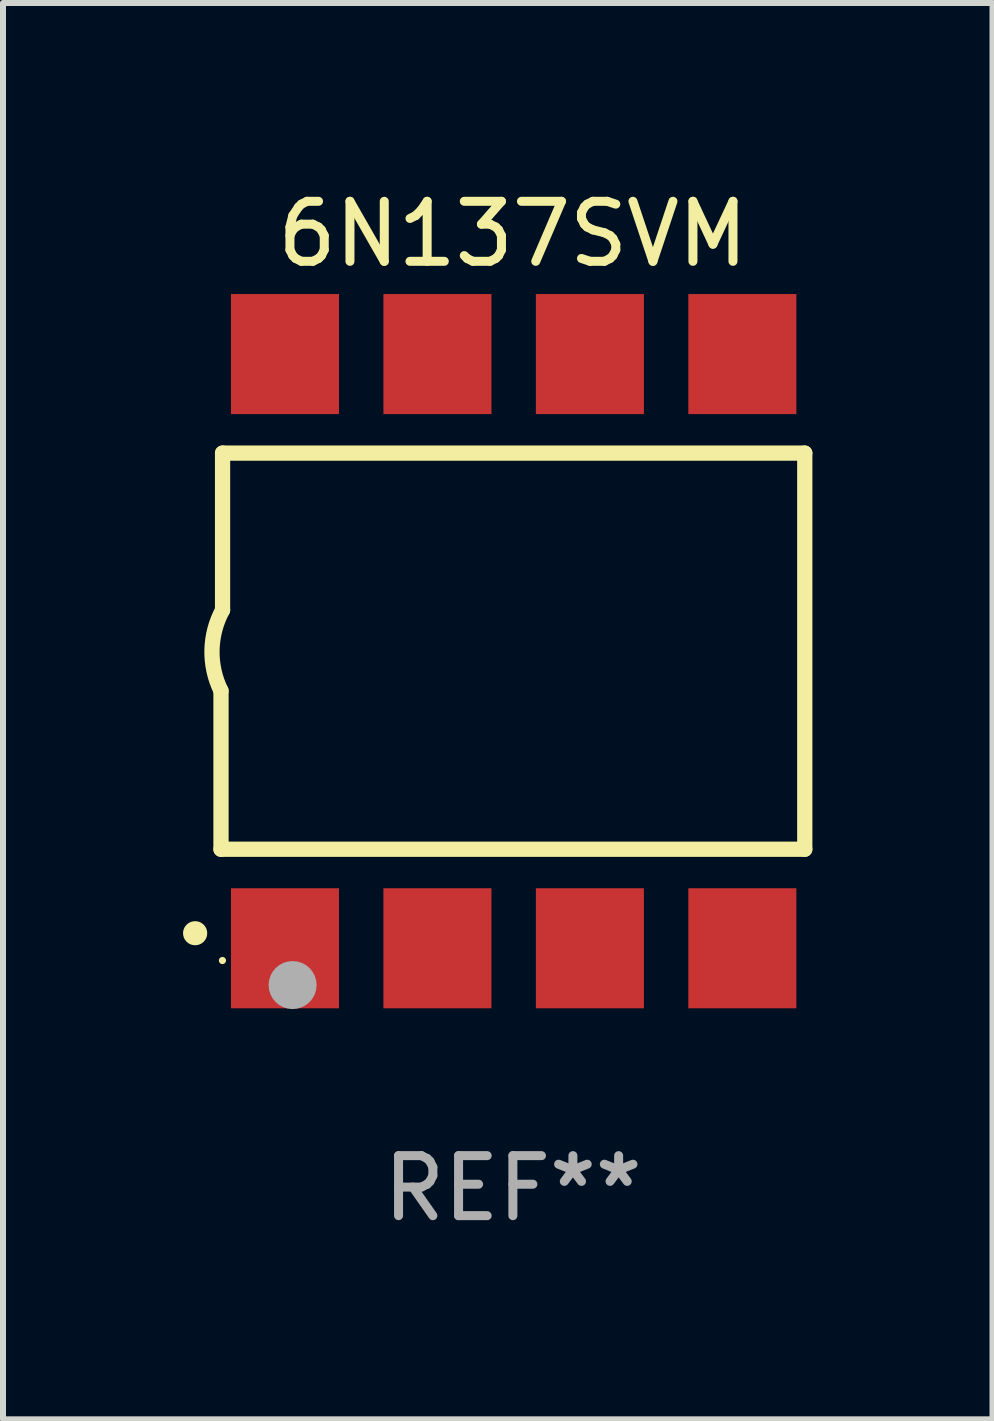
<source format=kicad_pcb>
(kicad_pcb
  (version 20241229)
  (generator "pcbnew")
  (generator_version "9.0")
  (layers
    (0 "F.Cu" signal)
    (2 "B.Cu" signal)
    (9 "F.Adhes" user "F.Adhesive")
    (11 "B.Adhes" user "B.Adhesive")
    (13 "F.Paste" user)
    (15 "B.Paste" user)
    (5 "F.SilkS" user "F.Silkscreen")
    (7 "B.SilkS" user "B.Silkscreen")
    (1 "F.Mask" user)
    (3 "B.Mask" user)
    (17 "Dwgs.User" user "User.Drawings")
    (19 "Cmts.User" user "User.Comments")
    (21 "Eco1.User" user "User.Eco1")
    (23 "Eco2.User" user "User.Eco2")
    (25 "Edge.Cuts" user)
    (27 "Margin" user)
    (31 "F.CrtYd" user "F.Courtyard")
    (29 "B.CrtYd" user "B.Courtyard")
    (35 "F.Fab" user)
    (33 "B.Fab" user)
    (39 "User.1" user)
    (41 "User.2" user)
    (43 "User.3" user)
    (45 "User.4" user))
  (footprint "6N137SVM"
    (layer "F.Cu")
    (at 5.495 7.799)
    (property "Reference" "6N137SVM" (at 0 -6.95 0) (layer "F.SilkS") (effects (font (size 1 1) (thickness 0.15))))
    (attr through_hole)
    (fp_line (start -4.863 3.3) (end -4.863 0.66) (stroke (width 0.254) (type solid)) (layer "F.SilkS"))
    (fp_line (start -4.837 -3.3) (end -4.837 -0.686) (stroke (width 0.254) (type solid)) (layer "F.SilkS"))
    (fp_line (start -4.837 -3.3) (end 4.863 -3.3) (stroke (width 0.254) (type solid)) (layer "F.SilkS"))
    (fp_line (start 4.863 -3.3) (end 4.863 3.3) (stroke (width 0.254) (type solid)) (layer "F.SilkS"))
    (fp_line (start 4.863 3.3) (end -4.863 3.3) (stroke (width 0.254) (type solid)) (layer "F.SilkS"))
    (fp_arc (start -5.295212 4.699009) (mid -5.293942 4.699005) (end -5.292672 4.699009) (stroke (width 0.4) (type solid)) (layer "F.SilkS"))
    (fp_arc (start -4.863411 0.660401) (mid -5.013163 -0.015948) (end -4.836614 -0.685801) (stroke (width 0.254001) (type solid)) (layer "F.SilkS"))
    (fp_circle (center -4.839 5.154) (end -4.809 5.154) (stroke (width 0.06) (type solid)) (fill no) (layer "F.SilkS"))
    (fp_circle (center -3.67 5.563) (end -3.47 5.563) (stroke (width 0.4) (type solid)) (fill no) (layer "F.Fab"))
    (fp_text user "REF**" (at 0 8.95 0) (layer "F.Fab") (effects (font (size 1 1) (thickness 0.15))))
    (pad "1" smd rect (at -3.797 4.95) (size 1.8 2) (layers "F.Cu" "F.Mask" "F.Paste"))
    (pad "2" smd rect (at -1.257 4.95) (size 1.8 2) (layers "F.Cu" "F.Mask" "F.Paste"))
    (pad "3" smd rect (at 1.283 4.95) (size 1.8 2) (layers "F.Cu" "F.Mask" "F.Paste"))
    (pad "4" smd rect (at 3.823 4.95) (size 1.8 2) (layers "F.Cu" "F.Mask" "F.Paste"))
    (pad "5" smd rect (at 3.823 -4.95 180) (size 1.8 2) (layers "F.Cu" "F.Mask" "F.Paste"))
    (pad "6" smd rect (at 1.283 -4.95 180) (size 1.8 2) (layers "F.Cu" "F.Mask" "F.Paste"))
    (pad "7" smd rect (at -1.257 -4.95 180) (size 1.8 2) (layers "F.Cu" "F.Mask" "F.Paste"))
    (pad "8" smd rect (at -3.797 -4.95 180) (size 1.8 2) (layers "F.Cu" "F.Mask" "F.Paste")))
  (gr_rect
    (start -3 -3)
    (end 13.486 20.597)
    (stroke (width 0.1) (type default))
    (fill no)
    (layer "Edge.Cuts")))
</source>
